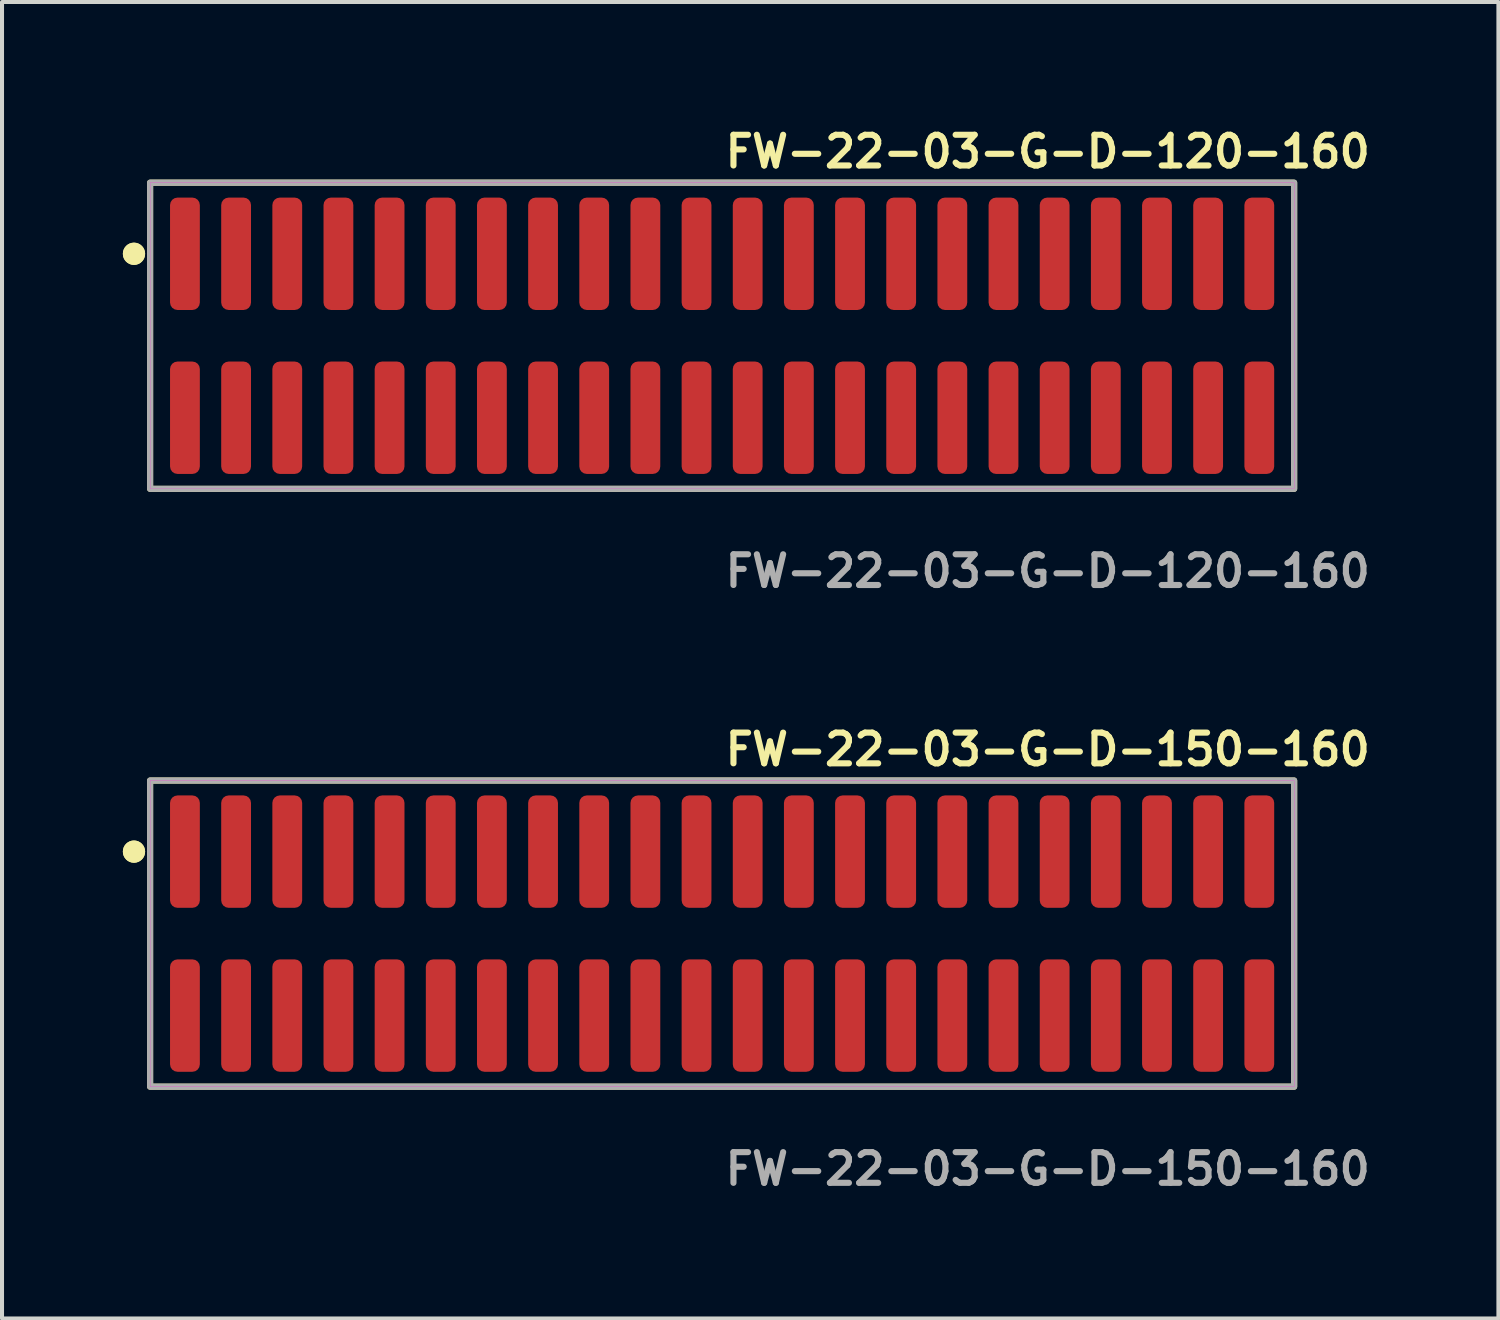
<source format=kicad_pcb>
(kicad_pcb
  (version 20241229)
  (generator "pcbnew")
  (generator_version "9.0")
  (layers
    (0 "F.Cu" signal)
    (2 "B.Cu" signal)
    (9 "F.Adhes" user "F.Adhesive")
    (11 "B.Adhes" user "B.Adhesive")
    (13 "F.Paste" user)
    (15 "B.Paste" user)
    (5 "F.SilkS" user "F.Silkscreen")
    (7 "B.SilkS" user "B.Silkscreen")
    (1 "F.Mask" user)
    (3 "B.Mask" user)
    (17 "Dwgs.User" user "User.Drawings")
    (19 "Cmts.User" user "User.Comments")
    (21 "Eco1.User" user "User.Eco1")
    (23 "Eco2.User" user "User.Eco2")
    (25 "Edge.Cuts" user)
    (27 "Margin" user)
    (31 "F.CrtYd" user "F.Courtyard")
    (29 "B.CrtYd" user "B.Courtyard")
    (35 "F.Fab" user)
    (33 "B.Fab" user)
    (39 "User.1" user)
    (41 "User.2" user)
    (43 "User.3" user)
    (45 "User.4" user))
  (footprint "FW-22-03-G-D-120-160"
    (layer "F.Cu")
    (at 14.876 5.285)
    (property "Reference" "FW-22-03-G-D-120-160" (at 0 -4.572 0) (unlocked yes) (layer "F.SilkS") (effects (font (size 0.762 0.762) (thickness 0.152)) (justify left)))
    (fp_rect (start -14.2 3.8) (end 14.2 -3.8) (stroke (width 0.152) (type solid)) (fill no) (layer "F.SilkS"))
    (fp_circle (center -14.6 -2.035) (end -14.8 -2.035) (stroke (width 0.152) (type solid)) (fill yes) (layer "F.SilkS"))
    (fp_circle (center -14.6 -2.035) (end -14.8 -2.035) (stroke (width 0.152) (type solid)) (fill yes) (layer "F.SilkS"))
    (fp_rect (start -14.2 3.8) (end 14.2 -3.8) (stroke (width 0.006) (type solid)) (fill no) (layer "F.CrtYd"))
    (fp_rect (start -14.2 3.8) (end 14.2 -3.8) (stroke (width 0.152) (type solid)) (fill no) (layer "F.Fab"))
    (fp_text user "${REFERENCE}" (at 0 5.842 0) (unlocked yes) (layer "F.Fab") (effects (font (size 0.762 0.762) (thickness 0.152)) (justify left)))
    (pad "1" smd roundrect (at -13.335 -2.035) (size 0.74 2.79) (layers "F.Cu" "F.Paste") (roundrect_rratio 0.25))
    (pad "2" smd roundrect (at -13.335 2.035) (size 0.74 2.79) (layers "F.Cu" "F.Paste") (roundrect_rratio 0.25))
    (pad "3" smd roundrect (at -12.065 -2.035) (size 0.74 2.79) (layers "F.Cu" "F.Paste") (roundrect_rratio 0.25))
    (pad "4" smd roundrect (at -12.065 2.035) (size 0.74 2.79) (layers "F.Cu" "F.Paste") (roundrect_rratio 0.25))
    (pad "5" smd roundrect (at -10.795 -2.035) (size 0.74 2.79) (layers "F.Cu" "F.Paste") (roundrect_rratio 0.25))
    (pad "6" smd roundrect (at -10.795 2.035) (size 0.74 2.79) (layers "F.Cu" "F.Paste") (roundrect_rratio 0.25))
    (pad "7" smd roundrect (at -9.525 -2.035) (size 0.74 2.79) (layers "F.Cu" "F.Paste") (roundrect_rratio 0.25))
    (pad "8" smd roundrect (at -9.525 2.035) (size 0.74 2.79) (layers "F.Cu" "F.Paste") (roundrect_rratio 0.25))
    (pad "9" smd roundrect (at -8.255 -2.035) (size 0.74 2.79) (layers "F.Cu" "F.Paste") (roundrect_rratio 0.25))
    (pad "10" smd roundrect (at -8.255 2.035) (size 0.74 2.79) (layers "F.Cu" "F.Paste") (roundrect_rratio 0.25))
    (pad "11" smd roundrect (at -6.985 -2.035) (size 0.74 2.79) (layers "F.Cu" "F.Paste") (roundrect_rratio 0.25))
    (pad "12" smd roundrect (at -6.985 2.035) (size 0.74 2.79) (layers "F.Cu" "F.Paste") (roundrect_rratio 0.25))
    (pad "13" smd roundrect (at -5.715 -2.035) (size 0.74 2.79) (layers "F.Cu" "F.Paste") (roundrect_rratio 0.25))
    (pad "14" smd roundrect (at -5.715 2.035) (size 0.74 2.79) (layers "F.Cu" "F.Paste") (roundrect_rratio 0.25))
    (pad "15" smd roundrect (at -4.445 -2.035) (size 0.74 2.79) (layers "F.Cu" "F.Paste") (roundrect_rratio 0.25))
    (pad "16" smd roundrect (at -4.445 2.035) (size 0.74 2.79) (layers "F.Cu" "F.Paste") (roundrect_rratio 0.25))
    (pad "17" smd roundrect (at -3.175 -2.035) (size 0.74 2.79) (layers "F.Cu" "F.Paste") (roundrect_rratio 0.25))
    (pad "18" smd roundrect (at -3.175 2.035) (size 0.74 2.79) (layers "F.Cu" "F.Paste") (roundrect_rratio 0.25))
    (pad "19" smd roundrect (at -1.905 -2.035) (size 0.74 2.79) (layers "F.Cu" "F.Paste") (roundrect_rratio 0.25))
    (pad "20" smd roundrect (at -1.905 2.035) (size 0.74 2.79) (layers "F.Cu" "F.Paste") (roundrect_rratio 0.25))
    (pad "21" smd roundrect (at -0.635 -2.035) (size 0.74 2.79) (layers "F.Cu" "F.Paste") (roundrect_rratio 0.25))
    (pad "22" smd roundrect (at -0.635 2.035) (size 0.74 2.79) (layers "F.Cu" "F.Paste") (roundrect_rratio 0.25))
    (pad "23" smd roundrect (at 0.635 -2.035) (size 0.74 2.79) (layers "F.Cu" "F.Paste") (roundrect_rratio 0.25))
    (pad "24" smd roundrect (at 0.635 2.035) (size 0.74 2.79) (layers "F.Cu" "F.Paste") (roundrect_rratio 0.25))
    (pad "25" smd roundrect (at 1.905 -2.035) (size 0.74 2.79) (layers "F.Cu" "F.Paste") (roundrect_rratio 0.25))
    (pad "26" smd roundrect (at 1.905 2.035) (size 0.74 2.79) (layers "F.Cu" "F.Paste") (roundrect_rratio 0.25))
    (pad "27" smd roundrect (at 3.175 -2.035) (size 0.74 2.79) (layers "F.Cu" "F.Paste") (roundrect_rratio 0.25))
    (pad "28" smd roundrect (at 3.175 2.035) (size 0.74 2.79) (layers "F.Cu" "F.Paste") (roundrect_rratio 0.25))
    (pad "29" smd roundrect (at 4.445 -2.035) (size 0.74 2.79) (layers "F.Cu" "F.Paste") (roundrect_rratio 0.25))
    (pad "30" smd roundrect (at 4.445 2.035) (size 0.74 2.79) (layers "F.Cu" "F.Paste") (roundrect_rratio 0.25))
    (pad "31" smd roundrect (at 5.715 -2.035) (size 0.74 2.79) (layers "F.Cu" "F.Paste") (roundrect_rratio 0.25))
    (pad "32" smd roundrect (at 5.715 2.035) (size 0.74 2.79) (layers "F.Cu" "F.Paste") (roundrect_rratio 0.25))
    (pad "33" smd roundrect (at 6.985 -2.035) (size 0.74 2.79) (layers "F.Cu" "F.Paste") (roundrect_rratio 0.25))
    (pad "34" smd roundrect (at 6.985 2.035) (size 0.74 2.79) (layers "F.Cu" "F.Paste") (roundrect_rratio 0.25))
    (pad "35" smd roundrect (at 8.255 -2.035) (size 0.74 2.79) (layers "F.Cu" "F.Paste") (roundrect_rratio 0.25))
    (pad "36" smd roundrect (at 8.255 2.035) (size 0.74 2.79) (layers "F.Cu" "F.Paste") (roundrect_rratio 0.25))
    (pad "37" smd roundrect (at 9.525 -2.035) (size 0.74 2.79) (layers "F.Cu" "F.Paste") (roundrect_rratio 0.25))
    (pad "38" smd roundrect (at 9.525 2.035) (size 0.74 2.79) (layers "F.Cu" "F.Paste") (roundrect_rratio 0.25))
    (pad "39" smd roundrect (at 10.795 -2.035) (size 0.74 2.79) (layers "F.Cu" "F.Paste") (roundrect_rratio 0.25))
    (pad "40" smd roundrect (at 10.795 2.035) (size 0.74 2.79) (layers "F.Cu" "F.Paste") (roundrect_rratio 0.25))
    (pad "41" smd roundrect (at 12.065 -2.035) (size 0.74 2.79) (layers "F.Cu" "F.Paste") (roundrect_rratio 0.25))
    (pad "42" smd roundrect (at 12.065 2.035) (size 0.74 2.79) (layers "F.Cu" "F.Paste") (roundrect_rratio 0.25))
    (pad "43" smd roundrect (at 13.335 -2.035) (size 0.74 2.79) (layers "F.Cu" "F.Paste") (roundrect_rratio 0.25))
    (pad "44" smd roundrect (at 13.335 2.035) (size 0.74 2.79) (layers "F.Cu" "F.Paste") (roundrect_rratio 0.25)))
  (footprint "FW-22-03-G-D-150-160"
    (layer "F.Cu")
    (at 14.876 20.126)
    (property "Reference" "FW-22-03-G-D-150-160" (at 0 -4.572 0) (unlocked yes) (layer "F.SilkS") (effects (font (size 0.762 0.762) (thickness 0.152)) (justify left)))
    (fp_rect (start -14.2 3.8) (end 14.2 -3.8) (stroke (width 0.152) (type solid)) (fill no) (layer "F.SilkS"))
    (fp_circle (center -14.6 -2.035) (end -14.8 -2.035) (stroke (width 0.152) (type solid)) (fill yes) (layer "F.SilkS"))
    (fp_circle (center -14.6 -2.035) (end -14.8 -2.035) (stroke (width 0.152) (type solid)) (fill yes) (layer "F.SilkS"))
    (fp_rect (start -14.2 3.8) (end 14.2 -3.8) (stroke (width 0.006) (type solid)) (fill no) (layer "F.CrtYd"))
    (fp_rect (start -14.2 3.8) (end 14.2 -3.8) (stroke (width 0.152) (type solid)) (fill no) (layer "F.Fab"))
    (fp_text user "${REFERENCE}" (at 0 5.842 0) (unlocked yes) (layer "F.Fab") (effects (font (size 0.762 0.762) (thickness 0.152)) (justify left)))
    (pad "1" smd roundrect (at -13.335 -2.035) (size 0.74 2.79) (layers "F.Cu" "F.Paste") (roundrect_rratio 0.25))
    (pad "2" smd roundrect (at -13.335 2.035) (size 0.74 2.79) (layers "F.Cu" "F.Paste") (roundrect_rratio 0.25))
    (pad "3" smd roundrect (at -12.065 -2.035) (size 0.74 2.79) (layers "F.Cu" "F.Paste") (roundrect_rratio 0.25))
    (pad "4" smd roundrect (at -12.065 2.035) (size 0.74 2.79) (layers "F.Cu" "F.Paste") (roundrect_rratio 0.25))
    (pad "5" smd roundrect (at -10.795 -2.035) (size 0.74 2.79) (layers "F.Cu" "F.Paste") (roundrect_rratio 0.25))
    (pad "6" smd roundrect (at -10.795 2.035) (size 0.74 2.79) (layers "F.Cu" "F.Paste") (roundrect_rratio 0.25))
    (pad "7" smd roundrect (at -9.525 -2.035) (size 0.74 2.79) (layers "F.Cu" "F.Paste") (roundrect_rratio 0.25))
    (pad "8" smd roundrect (at -9.525 2.035) (size 0.74 2.79) (layers "F.Cu" "F.Paste") (roundrect_rratio 0.25))
    (pad "9" smd roundrect (at -8.255 -2.035) (size 0.74 2.79) (layers "F.Cu" "F.Paste") (roundrect_rratio 0.25))
    (pad "10" smd roundrect (at -8.255 2.035) (size 0.74 2.79) (layers "F.Cu" "F.Paste") (roundrect_rratio 0.25))
    (pad "11" smd roundrect (at -6.985 -2.035) (size 0.74 2.79) (layers "F.Cu" "F.Paste") (roundrect_rratio 0.25))
    (pad "12" smd roundrect (at -6.985 2.035) (size 0.74 2.79) (layers "F.Cu" "F.Paste") (roundrect_rratio 0.25))
    (pad "13" smd roundrect (at -5.715 -2.035) (size 0.74 2.79) (layers "F.Cu" "F.Paste") (roundrect_rratio 0.25))
    (pad "14" smd roundrect (at -5.715 2.035) (size 0.74 2.79) (layers "F.Cu" "F.Paste") (roundrect_rratio 0.25))
    (pad "15" smd roundrect (at -4.445 -2.035) (size 0.74 2.79) (layers "F.Cu" "F.Paste") (roundrect_rratio 0.25))
    (pad "16" smd roundrect (at -4.445 2.035) (size 0.74 2.79) (layers "F.Cu" "F.Paste") (roundrect_rratio 0.25))
    (pad "17" smd roundrect (at -3.175 -2.035) (size 0.74 2.79) (layers "F.Cu" "F.Paste") (roundrect_rratio 0.25))
    (pad "18" smd roundrect (at -3.175 2.035) (size 0.74 2.79) (layers "F.Cu" "F.Paste") (roundrect_rratio 0.25))
    (pad "19" smd roundrect (at -1.905 -2.035) (size 0.74 2.79) (layers "F.Cu" "F.Paste") (roundrect_rratio 0.25))
    (pad "20" smd roundrect (at -1.905 2.035) (size 0.74 2.79) (layers "F.Cu" "F.Paste") (roundrect_rratio 0.25))
    (pad "21" smd roundrect (at -0.635 -2.035) (size 0.74 2.79) (layers "F.Cu" "F.Paste") (roundrect_rratio 0.25))
    (pad "22" smd roundrect (at -0.635 2.035) (size 0.74 2.79) (layers "F.Cu" "F.Paste") (roundrect_rratio 0.25))
    (pad "23" smd roundrect (at 0.635 -2.035) (size 0.74 2.79) (layers "F.Cu" "F.Paste") (roundrect_rratio 0.25))
    (pad "24" smd roundrect (at 0.635 2.035) (size 0.74 2.79) (layers "F.Cu" "F.Paste") (roundrect_rratio 0.25))
    (pad "25" smd roundrect (at 1.905 -2.035) (size 0.74 2.79) (layers "F.Cu" "F.Paste") (roundrect_rratio 0.25))
    (pad "26" smd roundrect (at 1.905 2.035) (size 0.74 2.79) (layers "F.Cu" "F.Paste") (roundrect_rratio 0.25))
    (pad "27" smd roundrect (at 3.175 -2.035) (size 0.74 2.79) (layers "F.Cu" "F.Paste") (roundrect_rratio 0.25))
    (pad "28" smd roundrect (at 3.175 2.035) (size 0.74 2.79) (layers "F.Cu" "F.Paste") (roundrect_rratio 0.25))
    (pad "29" smd roundrect (at 4.445 -2.035) (size 0.74 2.79) (layers "F.Cu" "F.Paste") (roundrect_rratio 0.25))
    (pad "30" smd roundrect (at 4.445 2.035) (size 0.74 2.79) (layers "F.Cu" "F.Paste") (roundrect_rratio 0.25))
    (pad "31" smd roundrect (at 5.715 -2.035) (size 0.74 2.79) (layers "F.Cu" "F.Paste") (roundrect_rratio 0.25))
    (pad "32" smd roundrect (at 5.715 2.035) (size 0.74 2.79) (layers "F.Cu" "F.Paste") (roundrect_rratio 0.25))
    (pad "33" smd roundrect (at 6.985 -2.035) (size 0.74 2.79) (layers "F.Cu" "F.Paste") (roundrect_rratio 0.25))
    (pad "34" smd roundrect (at 6.985 2.035) (size 0.74 2.79) (layers "F.Cu" "F.Paste") (roundrect_rratio 0.25))
    (pad "35" smd roundrect (at 8.255 -2.035) (size 0.74 2.79) (layers "F.Cu" "F.Paste") (roundrect_rratio 0.25))
    (pad "36" smd roundrect (at 8.255 2.035) (size 0.74 2.79) (layers "F.Cu" "F.Paste") (roundrect_rratio 0.25))
    (pad "37" smd roundrect (at 9.525 -2.035) (size 0.74 2.79) (layers "F.Cu" "F.Paste") (roundrect_rratio 0.25))
    (pad "38" smd roundrect (at 9.525 2.035) (size 0.74 2.79) (layers "F.Cu" "F.Paste") (roundrect_rratio 0.25))
    (pad "39" smd roundrect (at 10.795 -2.035) (size 0.74 2.79) (layers "F.Cu" "F.Paste") (roundrect_rratio 0.25))
    (pad "40" smd roundrect (at 10.795 2.035) (size 0.74 2.79) (layers "F.Cu" "F.Paste") (roundrect_rratio 0.25))
    (pad "41" smd roundrect (at 12.065 -2.035) (size 0.74 2.79) (layers "F.Cu" "F.Paste") (roundrect_rratio 0.25))
    (pad "42" smd roundrect (at 12.065 2.035) (size 0.74 2.79) (layers "F.Cu" "F.Paste") (roundrect_rratio 0.25))
    (pad "43" smd roundrect (at 13.335 -2.035) (size 0.74 2.79) (layers "F.Cu" "F.Paste") (roundrect_rratio 0.25))
    (pad "44" smd roundrect (at 13.335 2.035) (size 0.74 2.79) (layers "F.Cu" "F.Paste") (roundrect_rratio 0.25)))
  (gr_rect
    (start -3 -3)
    (end 34.147 29.681)
    (stroke (width 0.1) (type default))
    (fill no)
    (layer "Edge.Cuts")))
</source>
